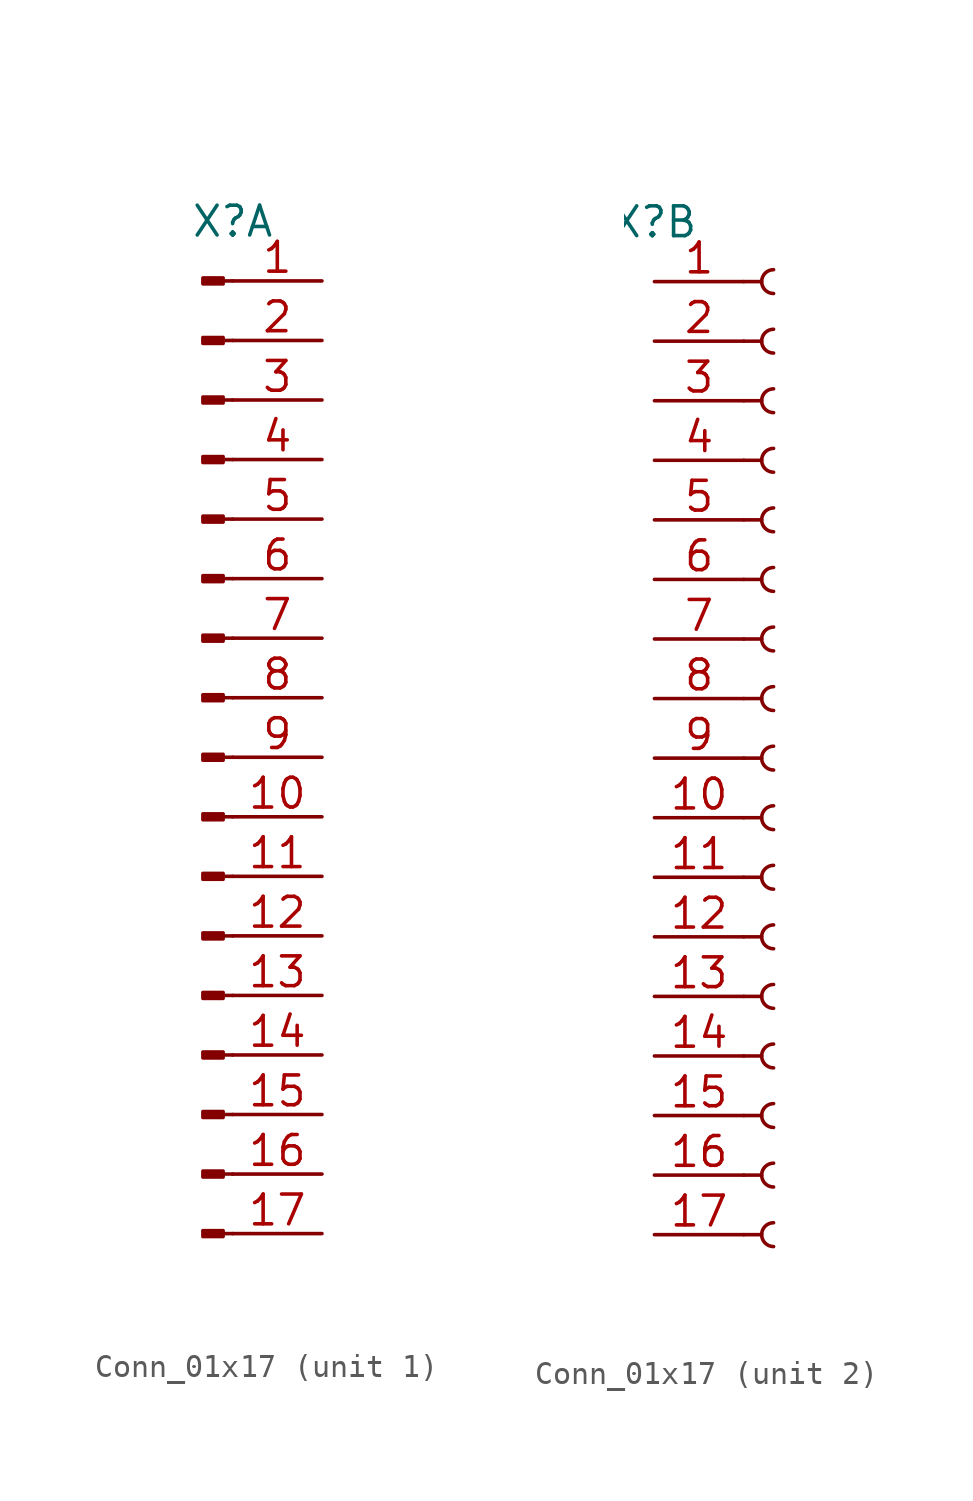
<source format=kicad_sym>
(kicad_symbol_lib
  (version 20241209)
  (generator "kicad_symbol_editor")
  (generator_version "9.0")
  (symbol "Conn_01x17"
    (pin_names
      (offset 1.016)
      (hide yes))
    (property "Reference" "X"
      (at 0 22.86 0)
      (do_not_autoplace)
      (effects (font (size 1.27 1.27))))
    (property "ki_locked" ""
      (at 0 0 0)
      (effects (font (size 1.27 1.27))))
    (symbol "Conn_01x17_1_1"
      (rectangle (start -0.406 20.447) (end -1.27 20.193) (stroke (width 0.152) (type default)) (fill (type outline)))
      (rectangle (start -0.406 17.907) (end -1.27 17.653) (stroke (width 0.152) (type default)) (fill (type outline)))
      (rectangle (start -0.406 15.367) (end -1.27 15.113) (stroke (width 0.152) (type default)) (fill (type outline)))
      (rectangle (start -0.406 12.827) (end -1.27 12.573) (stroke (width 0.152) (type default)) (fill (type outline)))
      (rectangle (start -0.406 10.287) (end -1.27 10.033) (stroke (width 0.152) (type default)) (fill (type outline)))
      (rectangle (start -0.406 7.747) (end -1.27 7.493) (stroke (width 0.152) (type default)) (fill (type outline)))
      (rectangle (start -0.406 5.207) (end -1.27 4.953) (stroke (width 0.152) (type default)) (fill (type outline)))
      (rectangle (start -0.406 2.667) (end -1.27 2.413) (stroke (width 0.152) (type default)) (fill (type outline)))
      (rectangle (start -0.406 0.127) (end -1.27 -0.127) (stroke (width 0.152) (type default)) (fill (type outline)))
      (rectangle (start -0.406 -2.413) (end -1.27 -2.667) (stroke (width 0.152) (type default)) (fill (type outline)))
      (rectangle (start -0.406 -4.953) (end -1.27 -5.207) (stroke (width 0.152) (type default)) (fill (type outline)))
      (rectangle (start -0.406 -7.493) (end -1.27 -7.747) (stroke (width 0.152) (type default)) (fill (type outline)))
      (rectangle (start -0.406 -10.033) (end -1.27 -10.287) (stroke (width 0.152) (type default)) (fill (type outline)))
      (rectangle (start -0.406 -12.573) (end -1.27 -12.827) (stroke (width 0.152) (type default)) (fill (type outline)))
      (rectangle (start -0.406 -15.113) (end -1.27 -15.367) (stroke (width 0.152) (type default)) (fill (type outline)))
      (rectangle (start -0.406 -17.653) (end -1.27 -17.907) (stroke (width 0.152) (type default)) (fill (type outline)))
      (rectangle (start -0.406 -20.193) (end -1.27 -20.447) (stroke (width 0.152) (type default)) (fill (type outline)))
      (polyline (pts (xy 0 20.32) (xy -0.406 20.32)) (stroke (width 0.152) (type default)) (fill (type none)))
      (polyline (pts (xy 0 17.78) (xy -0.406 17.78)) (stroke (width 0.152) (type default)) (fill (type none)))
      (polyline (pts (xy 0 15.24) (xy -0.406 15.24)) (stroke (width 0.152) (type default)) (fill (type none)))
      (polyline (pts (xy 0 12.7) (xy -0.406 12.7)) (stroke (width 0.152) (type default)) (fill (type none)))
      (polyline (pts (xy 0 10.16) (xy -0.406 10.16)) (stroke (width 0.152) (type default)) (fill (type none)))
      (polyline (pts (xy 0 7.62) (xy -0.406 7.62)) (stroke (width 0.152) (type default)) (fill (type none)))
      (polyline (pts (xy 0 5.08) (xy -0.406 5.08)) (stroke (width 0.152) (type default)) (fill (type none)))
      (polyline (pts (xy 0 2.54) (xy -0.406 2.54)) (stroke (width 0.152) (type default)) (fill (type none)))
      (polyline (pts (xy 0 0) (xy -0.406 0)) (stroke (width 0.152) (type default)) (fill (type none)))
      (polyline (pts (xy 0 -2.54) (xy -0.406 -2.54)) (stroke (width 0.152) (type default)) (fill (type none)))
      (polyline (pts (xy 0 -5.08) (xy -0.406 -5.08)) (stroke (width 0.152) (type default)) (fill (type none)))
      (polyline (pts (xy 0 -7.62) (xy -0.406 -7.62)) (stroke (width 0.152) (type default)) (fill (type none)))
      (polyline (pts (xy 0 -10.16) (xy -0.406 -10.16)) (stroke (width 0.152) (type default)) (fill (type none)))
      (polyline (pts (xy 0 -12.7) (xy -0.406 -12.7)) (stroke (width 0.152) (type default)) (fill (type none)))
      (polyline (pts (xy 0 -15.24) (xy -0.406 -15.24)) (stroke (width 0.152) (type default)) (fill (type none)))
      (polyline (pts (xy 0 -17.78) (xy -0.406 -17.78)) (stroke (width 0.152) (type default)) (fill (type none)))
      (polyline (pts (xy 0 -20.32) (xy -0.406 -20.32)) (stroke (width 0.152) (type default)) (fill (type none)))
      (pin passive line (at 3.81 20.32 180) (length 3.81) (name "Pin_1" (effects (font (size 1.27 1.27)))) (number "1" (effects (font (size 1.27 1.27)))))
      (pin passive line (at 3.81 17.78 180) (length 3.81) (name "Pin_2" (effects (font (size 1.27 1.27)))) (number "2" (effects (font (size 1.27 1.27)))))
      (pin passive line (at 3.81 15.24 180) (length 3.81) (name "Pin_3" (effects (font (size 1.27 1.27)))) (number "3" (effects (font (size 1.27 1.27)))))
      (pin passive line (at 3.81 12.7 180) (length 3.81) (name "Pin_4" (effects (font (size 1.27 1.27)))) (number "4" (effects (font (size 1.27 1.27)))))
      (pin passive line (at 3.81 10.16 180) (length 3.81) (name "Pin_5" (effects (font (size 1.27 1.27)))) (number "5" (effects (font (size 1.27 1.27)))))
      (pin passive line (at 3.81 7.62 180) (length 3.81) (name "Pin_6" (effects (font (size 1.27 1.27)))) (number "6" (effects (font (size 1.27 1.27)))))
      (pin passive line (at 3.81 5.08 180) (length 3.81) (name "Pin_7" (effects (font (size 1.27 1.27)))) (number "7" (effects (font (size 1.27 1.27)))))
      (pin passive line (at 3.81 2.54 180) (length 3.81) (name "Pin_8" (effects (font (size 1.27 1.27)))) (number "8" (effects (font (size 1.27 1.27)))))
      (pin passive line (at 3.81 0 180) (length 3.81) (name "Pin_9" (effects (font (size 1.27 1.27)))) (number "9" (effects (font (size 1.27 1.27)))))
      (pin passive line (at 3.81 -2.54 180) (length 3.81) (name "Pin_10" (effects (font (size 1.27 1.27)))) (number "10" (effects (font (size 1.27 1.27)))))
      (pin passive line (at 3.81 -5.08 180) (length 3.81) (name "Pin_11" (effects (font (size 1.27 1.27)))) (number "11" (effects (font (size 1.27 1.27)))))
      (pin passive line (at 3.81 -7.62 180) (length 3.81) (name "Pin_12" (effects (font (size 1.27 1.27)))) (number "12" (effects (font (size 1.27 1.27)))))
      (pin passive line (at 3.81 -10.16 180) (length 3.81) (name "Pin_13" (effects (font (size 1.27 1.27)))) (number "13" (effects (font (size 1.27 1.27)))))
      (pin passive line (at 3.81 -12.7 180) (length 3.81) (name "Pin_14" (effects (font (size 1.27 1.27)))) (number "14" (effects (font (size 1.27 1.27)))))
      (pin passive line (at 3.81 -15.24 180) (length 3.81) (name "Pin_15" (effects (font (size 1.27 1.27)))) (number "15" (effects (font (size 1.27 1.27)))))
      (pin passive line (at 3.81 -17.78 180) (length 3.81) (name "Pin_16" (effects (font (size 1.27 1.27)))) (number "16" (effects (font (size 1.27 1.27)))))
      (pin passive line (at 3.81 -20.32 180) (length 3.81) (name "Pin_17" (effects (font (size 1.27 1.27)))) (number "17" (effects (font (size 1.27 1.27))))))
    (symbol "Conn_01x17_2_1"
      (polyline (pts (xy 3.81 20.32) (xy 4.572 20.32)) (stroke (width 0.152) (type default)) (fill (type none)))
      (polyline (pts (xy 3.81 17.78) (xy 4.572 17.78)) (stroke (width 0.152) (type default)) (fill (type none)))
      (polyline (pts (xy 3.81 15.24) (xy 4.572 15.24)) (stroke (width 0.152) (type default)) (fill (type none)))
      (polyline (pts (xy 3.81 12.7) (xy 4.572 12.7)) (stroke (width 0.152) (type default)) (fill (type none)))
      (polyline (pts (xy 3.81 10.16) (xy 4.572 10.16)) (stroke (width 0.152) (type default)) (fill (type none)))
      (polyline (pts (xy 3.81 7.62) (xy 4.572 7.62)) (stroke (width 0.152) (type default)) (fill (type none)))
      (polyline (pts (xy 3.81 5.08) (xy 4.572 5.08)) (stroke (width 0.152) (type default)) (fill (type none)))
      (polyline (pts (xy 3.81 2.54) (xy 4.572 2.54)) (stroke (width 0.152) (type default)) (fill (type none)))
      (polyline (pts (xy 3.81 0) (xy 4.572 0)) (stroke (width 0.152) (type default)) (fill (type none)))
      (polyline (pts (xy 3.81 -2.54) (xy 4.572 -2.54)) (stroke (width 0.152) (type default)) (fill (type none)))
      (polyline (pts (xy 3.81 -5.08) (xy 4.572 -5.08)) (stroke (width 0.152) (type default)) (fill (type none)))
      (polyline (pts (xy 3.81 -7.62) (xy 4.572 -7.62)) (stroke (width 0.152) (type default)) (fill (type none)))
      (polyline (pts (xy 3.81 -10.16) (xy 4.572 -10.16)) (stroke (width 0.152) (type default)) (fill (type none)))
      (polyline (pts (xy 3.81 -12.7) (xy 4.572 -12.7)) (stroke (width 0.152) (type default)) (fill (type none)))
      (polyline (pts (xy 3.81 -15.24) (xy 4.572 -15.24)) (stroke (width 0.152) (type default)) (fill (type none)))
      (polyline (pts (xy 3.81 -17.78) (xy 4.572 -17.78)) (stroke (width 0.152) (type default)) (fill (type none)))
      (polyline (pts (xy 3.81 -20.32) (xy 4.572 -20.32)) (stroke (width 0.152) (type default)) (fill (type none)))
      (arc (start 5.08 19.812) (mid 4.5742 20.32) (end 5.08 20.828) (stroke (width 0.1524) (type default)) (fill (type none)))
      (arc (start 5.08 17.272) (mid 4.5742 17.78) (end 5.08 18.288) (stroke (width 0.1524) (type default)) (fill (type none)))
      (arc (start 5.08 14.732) (mid 4.5742 15.24) (end 5.08 15.748) (stroke (width 0.1524) (type default)) (fill (type none)))
      (arc (start 5.08 12.192) (mid 4.5742 12.7) (end 5.08 13.208) (stroke (width 0.1524) (type default)) (fill (type none)))
      (arc (start 5.08 9.652) (mid 4.5742 10.16) (end 5.08 10.668) (stroke (width 0.1524) (type default)) (fill (type none)))
      (arc (start 5.08 7.112) (mid 4.5742 7.62) (end 5.08 8.128) (stroke (width 0.1524) (type default)) (fill (type none)))
      (arc (start 5.08 4.572) (mid 4.5742 5.08) (end 5.08 5.588) (stroke (width 0.1524) (type default)) (fill (type none)))
      (arc (start 5.08 2.032) (mid 4.5742 2.54) (end 5.08 3.048) (stroke (width 0.1524) (type default)) (fill (type none)))
      (arc (start 5.08 -0.508) (mid 4.5742 0) (end 5.08 0.508) (stroke (width 0.1524) (type default)) (fill (type none)))
      (arc (start 5.08 -3.048) (mid 4.5742 -2.54) (end 5.08 -2.032) (stroke (width 0.1524) (type default)) (fill (type none)))
      (arc (start 5.08 -5.588) (mid 4.5742 -5.08) (end 5.08 -4.572) (stroke (width 0.1524) (type default)) (fill (type none)))
      (arc (start 5.08 -8.128) (mid 4.5742 -7.62) (end 5.08 -7.112) (stroke (width 0.1524) (type default)) (fill (type none)))
      (arc (start 5.08 -10.668) (mid 4.5742 -10.16) (end 5.08 -9.652) (stroke (width 0.1524) (type default)) (fill (type none)))
      (arc (start 5.08 -13.208) (mid 4.5742 -12.7) (end 5.08 -12.192) (stroke (width 0.1524) (type default)) (fill (type none)))
      (arc (start 5.08 -15.748) (mid 4.5742 -15.24) (end 5.08 -14.732) (stroke (width 0.1524) (type default)) (fill (type none)))
      (arc (start 5.08 -18.288) (mid 4.5742 -17.78) (end 5.08 -17.272) (stroke (width 0.1524) (type default)) (fill (type none)))
      (arc (start 5.08 -20.828) (mid 4.5742 -20.32) (end 5.08 -19.812) (stroke (width 0.1524) (type default)) (fill (type none)))
      (pin passive line (at 0 20.32 0) (length 3.81) (name "Pin_1" (effects (font (size 1.27 1.27)))) (number "1" (effects (font (size 1.27 1.27)))))
      (pin passive line (at 0 17.78 0) (length 3.81) (name "Pin_2" (effects (font (size 1.27 1.27)))) (number "2" (effects (font (size 1.27 1.27)))))
      (pin passive line (at 0 15.24 0) (length 3.81) (name "Pin_3" (effects (font (size 1.27 1.27)))) (number "3" (effects (font (size 1.27 1.27)))))
      (pin passive line (at 0 12.7 0) (length 3.81) (name "Pin_4" (effects (font (size 1.27 1.27)))) (number "4" (effects (font (size 1.27 1.27)))))
      (pin passive line (at 0 10.16 0) (length 3.81) (name "Pin_5" (effects (font (size 1.27 1.27)))) (number "5" (effects (font (size 1.27 1.27)))))
      (pin passive line (at 0 7.62 0) (length 3.81) (name "Pin_6" (effects (font (size 1.27 1.27)))) (number "6" (effects (font (size 1.27 1.27)))))
      (pin passive line (at 0 5.08 0) (length 3.81) (name "Pin_7" (effects (font (size 1.27 1.27)))) (number "7" (effects (font (size 1.27 1.27)))))
      (pin passive line (at 0 2.54 0) (length 3.81) (name "Pin_8" (effects (font (size 1.27 1.27)))) (number "8" (effects (font (size 1.27 1.27)))))
      (pin passive line (at 0 0 0) (length 3.81) (name "Pin_9" (effects (font (size 1.27 1.27)))) (number "9" (effects (font (size 1.27 1.27)))))
      (pin passive line (at 0 -2.54 0) (length 3.81) (name "Pin_10" (effects (font (size 1.27 1.27)))) (number "10" (effects (font (size 1.27 1.27)))))
      (pin passive line (at 0 -5.08 0) (length 3.81) (name "Pin_11" (effects (font (size 1.27 1.27)))) (number "11" (effects (font (size 1.27 1.27)))))
      (pin passive line (at 0 -7.62 0) (length 3.81) (name "Pin_12" (effects (font (size 1.27 1.27)))) (number "12" (effects (font (size 1.27 1.27)))))
      (pin passive line (at 0 -10.16 0) (length 3.81) (name "Pin_13" (effects (font (size 1.27 1.27)))) (number "13" (effects (font (size 1.27 1.27)))))
      (pin passive line (at 0 -12.7 0) (length 3.81) (name "Pin_14" (effects (font (size 1.27 1.27)))) (number "14" (effects (font (size 1.27 1.27)))))
      (pin passive line (at 0 -15.24 0) (length 3.81) (name "Pin_15" (effects (font (size 1.27 1.27)))) (number "15" (effects (font (size 1.27 1.27)))))
      (pin passive line (at 0 -17.78 0) (length 3.81) (name "Pin_16" (effects (font (size 1.27 1.27)))) (number "16" (effects (font (size 1.27 1.27)))))
      (pin passive line (at 0 -20.32 0) (length 3.81) (name "Pin_17" (effects (font (size 1.27 1.27)))) (number "17" (effects (font (size 1.27 1.27))))))))
</source>
